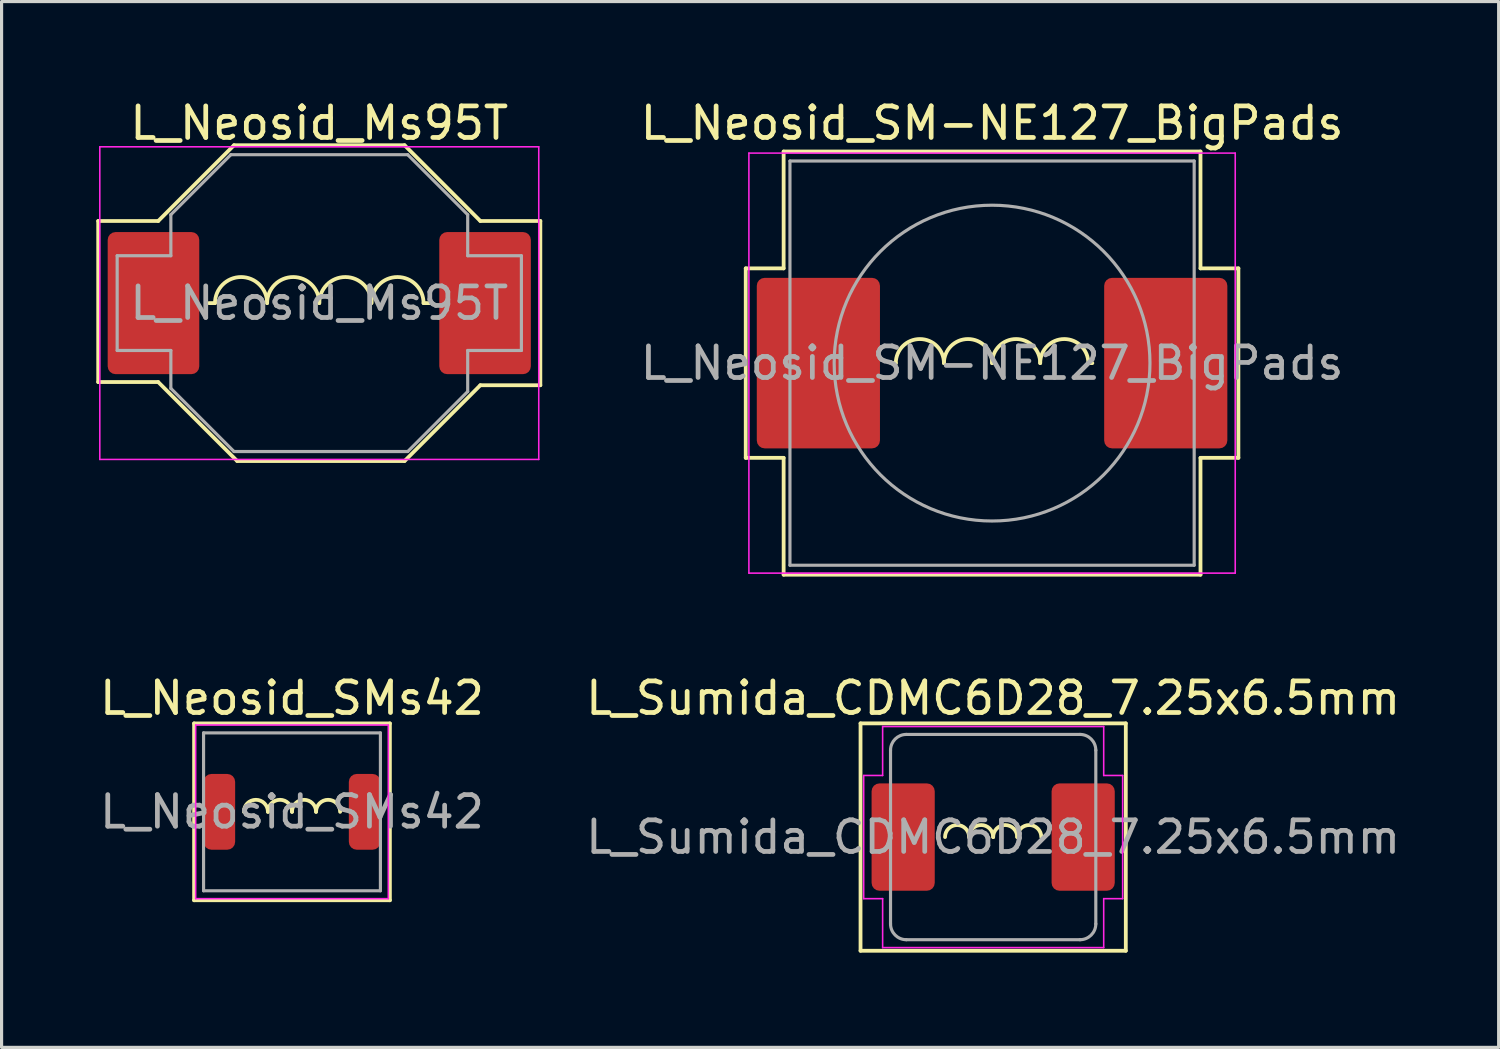
<source format=kicad_pcb>
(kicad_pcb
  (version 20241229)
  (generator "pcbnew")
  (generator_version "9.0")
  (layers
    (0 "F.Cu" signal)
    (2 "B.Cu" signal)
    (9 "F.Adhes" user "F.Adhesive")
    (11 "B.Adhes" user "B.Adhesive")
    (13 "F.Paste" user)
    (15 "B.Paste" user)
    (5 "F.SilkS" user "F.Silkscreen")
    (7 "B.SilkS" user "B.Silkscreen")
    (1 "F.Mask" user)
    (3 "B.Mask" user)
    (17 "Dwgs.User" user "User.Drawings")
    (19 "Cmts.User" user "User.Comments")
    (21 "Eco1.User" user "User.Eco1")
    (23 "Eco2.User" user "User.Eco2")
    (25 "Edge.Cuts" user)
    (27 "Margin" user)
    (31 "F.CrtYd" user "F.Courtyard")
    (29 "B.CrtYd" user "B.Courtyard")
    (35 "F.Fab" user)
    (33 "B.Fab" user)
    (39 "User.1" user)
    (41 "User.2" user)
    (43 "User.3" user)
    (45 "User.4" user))
  (footprint "L_Neosid_Ms95T"
    (layer "F.Cu")
    (at 7.06 6.548)
    (property "Reference" "L_Neosid_Ms95T" (at 0 -5.7 0) (layer "F.SilkS") (effects (font (size 1 1) (thickness 0.15))))
    (attr smd)
    (fp_line (start -7 -2.6) (end -7 2.5) (stroke (width 0.12) (type solid)) (layer "F.SilkS"))
    (fp_line (start -7 2.5) (end -5.1 2.5) (stroke (width 0.12) (type solid)) (layer "F.SilkS"))
    (fp_line (start -5.1 -2.6) (end -7 -2.6) (stroke (width 0.12) (type solid)) (layer "F.SilkS"))
    (fp_line (start -5.1 -2.6) (end -2.7 -5) (stroke (width 0.12) (type solid)) (layer "F.SilkS"))
    (fp_line (start -3.493 0) (end -3.302 0) (stroke (width 0.12) (type solid)) (layer "F.SilkS"))
    (fp_line (start -2.7 -5) (end 2.7 -5) (stroke (width 0.12) (type solid)) (layer "F.SilkS"))
    (fp_line (start -2.6 5) (end -5.1 2.5) (stroke (width 0.12) (type solid)) (layer "F.SilkS"))
    (fp_line (start -2.6 5) (end 2.7 5) (stroke (width 0.12) (type solid)) (layer "F.SilkS"))
    (fp_line (start 2.7 -5) (end 5.1 -2.6) (stroke (width 0.12) (type solid)) (layer "F.SilkS"))
    (fp_line (start 2.7 5) (end 5.1 2.6) (stroke (width 0.12) (type solid)) (layer "F.SilkS"))
    (fp_line (start 3.302 0) (end 3.493 0) (stroke (width 0.12) (type solid)) (layer "F.SilkS"))
    (fp_line (start 5.1 -2.6) (end 7 -2.6) (stroke (width 0.12) (type solid)) (layer "F.SilkS"))
    (fp_line (start 7 -2.6) (end 7 2.6) (stroke (width 0.12) (type solid)) (layer "F.SilkS"))
    (fp_line (start 7 2.6) (end 5.1 2.6) (stroke (width 0.12) (type solid)) (layer "F.SilkS"))
    (fp_arc (start -3.302 0) (mid -2.4765 -0.8255) (end -1.651 0) (stroke (width 0.12) (type solid)) (layer "F.SilkS"))
    (fp_arc (start -1.651 0) (mid -0.8255 -0.8255) (end 0 0) (stroke (width 0.12) (type solid)) (layer "F.SilkS"))
    (fp_arc (start 0 0) (mid 0.8255 -0.8255) (end 1.651 0) (stroke (width 0.12) (type solid)) (layer "F.SilkS"))
    (fp_arc (start 1.651 0) (mid 2.4765 -0.8255) (end 3.302 0) (stroke (width 0.12) (type solid)) (layer "F.SilkS"))
    (fp_line (start -6.95 -4.95) (end -6.95 4.95) (stroke (width 0.05) (type solid)) (layer "F.CrtYd"))
    (fp_line (start -6.95 -4.95) (end 6.95 -4.95) (stroke (width 0.05) (type solid)) (layer "F.CrtYd"))
    (fp_line (start 6.95 4.95) (end -6.95 4.95) (stroke (width 0.05) (type solid)) (layer "F.CrtYd"))
    (fp_line (start 6.95 4.95) (end 6.95 -4.95) (stroke (width 0.05) (type solid)) (layer "F.CrtYd"))
    (fp_line (start -6.4 -1.5) (end -6.4 1.5) (stroke (width 0.1) (type solid)) (layer "F.Fab"))
    (fp_line (start -6.4 -1.5) (end -4.7 -1.5) (stroke (width 0.1) (type solid)) (layer "F.Fab"))
    (fp_line (start -6.4 1.5) (end -4.7 1.5) (stroke (width 0.1) (type solid)) (layer "F.Fab"))
    (fp_line (start -4.7 -1.5) (end -4.7 -2.8) (stroke (width 0.1) (type solid)) (layer "F.Fab"))
    (fp_line (start -4.7 1.5) (end -4.7 2.7) (stroke (width 0.1) (type solid)) (layer "F.Fab"))
    (fp_line (start -4.7 2.7) (end -2.7 4.7) (stroke (width 0.1) (type solid)) (layer "F.Fab"))
    (fp_line (start -2.8 -4.7) (end -4.7 -2.8) (stroke (width 0.1) (type solid)) (layer "F.Fab"))
    (fp_line (start 2.8 -4.7) (end -2.8 -4.7) (stroke (width 0.1) (type solid)) (layer "F.Fab"))
    (fp_line (start 2.8 4.7) (end -2.7 4.7) (stroke (width 0.1) (type solid)) (layer "F.Fab"))
    (fp_line (start 4.7 -2.8) (end 2.8 -4.7) (stroke (width 0.1) (type solid)) (layer "F.Fab"))
    (fp_line (start 4.7 -1.5) (end 4.7 -2.8) (stroke (width 0.1) (type solid)) (layer "F.Fab"))
    (fp_line (start 4.7 1.5) (end 6.4 1.5) (stroke (width 0.1) (type solid)) (layer "F.Fab"))
    (fp_line (start 4.7 2.8) (end 2.8 4.7) (stroke (width 0.1) (type solid)) (layer "F.Fab"))
    (fp_line (start 4.7 2.8) (end 4.7 1.5) (stroke (width 0.1) (type solid)) (layer "F.Fab"))
    (fp_line (start 6.4 -1.5) (end 4.7 -1.5) (stroke (width 0.1) (type solid)) (layer "F.Fab"))
    (fp_line (start 6.4 1.5) (end 6.4 -1.5) (stroke (width 0.1) (type solid)) (layer "F.Fab"))
    (fp_text user "${REFERENCE}" (at 0 0 0) (layer "F.Fab") (effects (font (size 1 1) (thickness 0.15))))
    (pad "1" smd roundrect (at -5.25 0) (size 2.9 4.5) (layers "F.Cu" "F.Mask" "F.Paste") (roundrect_rratio 0.086))
    (pad "2" smd roundrect (at 5.25 0) (size 2.9 4.5) (layers "F.Cu" "F.Mask" "F.Paste") (roundrect_rratio 0.086)))
  (footprint "L_Sumida_CDMC6D28_7.25x6.5mm"
    (layer "F.Cu")
    (at 28.399 23.456)
    (property "Reference" "L_Sumida_CDMC6D28_7.25x6.5mm" (at 0 -4.4 0) (layer "F.SilkS") (effects (font (size 1 1) (thickness 0.15))))
    (attr smd)
    (fp_line (start -4.2 -3.6) (end -4.2 3.6) (stroke (width 0.12) (type solid)) (layer "F.SilkS"))
    (fp_line (start -4.2 3.6) (end 4.2 3.6) (stroke (width 0.12) (type solid)) (layer "F.SilkS"))
    (fp_line (start 4.2 -3.6) (end -4.2 -3.6) (stroke (width 0.12) (type solid)) (layer "F.SilkS"))
    (fp_line (start 4.2 3.6) (end 4.2 -3.6) (stroke (width 0.12) (type solid)) (layer "F.SilkS"))
    (fp_arc (start -1.524 0) (mid -1.143 -0.381) (end -0.762 0) (stroke (width 0.12) (type solid)) (layer "F.SilkS"))
    (fp_arc (start -0.762 0) (mid -0.381 -0.381) (end 0 0) (stroke (width 0.12) (type solid)) (layer "F.SilkS"))
    (fp_arc (start 0 0) (mid 0.381 -0.381) (end 0.762 0) (stroke (width 0.12) (type solid)) (layer "F.SilkS"))
    (fp_arc (start 0.762 0) (mid 1.143 -0.381) (end 1.524 0) (stroke (width 0.12) (type solid)) (layer "F.SilkS"))
    (fp_line (start -4.1 -1.95) (end -3.5 -1.95) (stroke (width 0.05) (type solid)) (layer "F.CrtYd"))
    (fp_line (start -4.1 1.95) (end -4.1 -1.95) (stroke (width 0.05) (type solid)) (layer "F.CrtYd"))
    (fp_line (start -3.5 -3.5) (end 3.5 -3.5) (stroke (width 0.05) (type solid)) (layer "F.CrtYd"))
    (fp_line (start -3.5 -1.95) (end -3.5 -3.5) (stroke (width 0.05) (type solid)) (layer "F.CrtYd"))
    (fp_line (start -3.5 1.95) (end -4.1 1.95) (stroke (width 0.05) (type solid)) (layer "F.CrtYd"))
    (fp_line (start -3.5 3.5) (end -3.5 1.95) (stroke (width 0.05) (type solid)) (layer "F.CrtYd"))
    (fp_line (start 3.5 -3.5) (end 3.5 -1.95) (stroke (width 0.05) (type solid)) (layer "F.CrtYd"))
    (fp_line (start 3.5 -1.95) (end 4.1 -1.95) (stroke (width 0.05) (type solid)) (layer "F.CrtYd"))
    (fp_line (start 3.5 1.95) (end 3.5 3.5) (stroke (width 0.05) (type solid)) (layer "F.CrtYd"))
    (fp_line (start 3.5 3.5) (end -3.5 3.5) (stroke (width 0.05) (type solid)) (layer "F.CrtYd"))
    (fp_line (start 4.1 -1.95) (end 4.1 1.95) (stroke (width 0.05) (type solid)) (layer "F.CrtYd"))
    (fp_line (start 4.1 1.95) (end 3.5 1.95) (stroke (width 0.05) (type solid)) (layer "F.CrtYd"))
    (fp_line (start -3.25 2.75) (end -3.25 -2.75) (stroke (width 0.1) (type solid)) (layer "F.Fab"))
    (fp_line (start -2.75 -3.25) (end 2.75 -3.25) (stroke (width 0.1) (type solid)) (layer "F.Fab"))
    (fp_line (start 2.75 3.25) (end -2.75 3.25) (stroke (width 0.1) (type solid)) (layer "F.Fab"))
    (fp_line (start 3.25 -2.75) (end 3.25 2.75) (stroke (width 0.1) (type solid)) (layer "F.Fab"))
    (fp_arc (start -3.25 -2.75) (mid -3.103553 -3.103553) (end -2.75 -3.25) (stroke (width 0.1) (type solid)) (layer "F.Fab"))
    (fp_arc (start -2.75 3.25) (mid -3.103553 3.103553) (end -3.25 2.75) (stroke (width 0.1) (type solid)) (layer "F.Fab"))
    (fp_arc (start 2.75 -3.25) (mid 3.103553 -3.103553) (end 3.25 -2.75) (stroke (width 0.1) (type solid)) (layer "F.Fab"))
    (fp_arc (start 3.25 2.75) (mid 3.103553 3.103553) (end 2.75 3.25) (stroke (width 0.1) (type solid)) (layer "F.Fab"))
    (fp_text user "${REFERENCE}" (at 0 0 0) (layer "F.Fab") (effects (font (size 1 1) (thickness 0.15))))
    (pad "1" smd roundrect (at -2.85 0) (size 2 3.4) (layers "F.Cu" "F.Mask" "F.Paste") (roundrect_rratio 0.125))
    (pad "2" smd roundrect (at 2.85 0) (size 2 3.4) (layers "F.Cu" "F.Mask" "F.Paste") (roundrect_rratio 0.125)))
  (footprint "L_Neosid_SM-NE127_BigPads"
    (layer "F.Cu")
    (at 28.364 8.448)
    (property "Reference" "L_Neosid_SM-NE127_BigPads" (at 0 -7.6 0) (layer "F.SilkS") (effects (font (size 1 1) (thickness 0.15))))
    (attr smd)
    (fp_line (start -7.8 -3) (end -7.8 3) (stroke (width 0.12) (type solid)) (layer "F.SilkS"))
    (fp_line (start -7.8 3) (end -6.6 3) (stroke (width 0.12) (type solid)) (layer "F.SilkS"))
    (fp_line (start -6.6 -6.7) (end 6.6 -6.7) (stroke (width 0.12) (type solid)) (layer "F.SilkS"))
    (fp_line (start -6.6 -3) (end -7.8 -3) (stroke (width 0.12) (type solid)) (layer "F.SilkS"))
    (fp_line (start -6.6 -3) (end -6.6 -6.7) (stroke (width 0.12) (type solid)) (layer "F.SilkS"))
    (fp_line (start -6.6 6.7) (end -6.6 3) (stroke (width 0.12) (type solid)) (layer "F.SilkS"))
    (fp_line (start -3.175 0) (end -3.048 0) (stroke (width 0.12) (type solid)) (layer "F.SilkS"))
    (fp_line (start 3.048 0) (end 3.175 0) (stroke (width 0.12) (type solid)) (layer "F.SilkS"))
    (fp_line (start 6.6 -6.7) (end 6.6 -3) (stroke (width 0.12) (type solid)) (layer "F.SilkS"))
    (fp_line (start 6.6 -3) (end 7.8 -3) (stroke (width 0.12) (type solid)) (layer "F.SilkS"))
    (fp_line (start 6.6 3) (end 6.6 6.7) (stroke (width 0.12) (type solid)) (layer "F.SilkS"))
    (fp_line (start 6.6 6.7) (end -6.6 6.7) (stroke (width 0.12) (type solid)) (layer "F.SilkS"))
    (fp_line (start 7.8 -3) (end 7.8 3) (stroke (width 0.12) (type solid)) (layer "F.SilkS"))
    (fp_line (start 7.8 3) (end 6.6 3) (stroke (width 0.12) (type solid)) (layer "F.SilkS"))
    (fp_arc (start -3.048 0) (mid -2.286 -0.762) (end -1.524 0) (stroke (width 0.12) (type solid)) (layer "F.SilkS"))
    (fp_arc (start -1.524 0) (mid -0.762 -0.762) (end 0 0) (stroke (width 0.12) (type solid)) (layer "F.SilkS"))
    (fp_arc (start 0 0) (mid 0.762 -0.762) (end 1.524 0) (stroke (width 0.12) (type solid)) (layer "F.SilkS"))
    (fp_arc (start 1.524 0) (mid 2.286 -0.762) (end 3.048 0) (stroke (width 0.12) (type solid)) (layer "F.SilkS"))
    (fp_line (start -7.7 -6.65) (end -7.7 6.65) (stroke (width 0.05) (type solid)) (layer "F.CrtYd"))
    (fp_line (start -7.7 -6.65) (end 7.7 -6.65) (stroke (width 0.05) (type solid)) (layer "F.CrtYd"))
    (fp_line (start 7.7 6.65) (end -7.7 6.65) (stroke (width 0.05) (type solid)) (layer "F.CrtYd"))
    (fp_line (start 7.7 6.65) (end 7.7 -6.65) (stroke (width 0.05) (type solid)) (layer "F.CrtYd"))
    (fp_line (start -6.4 -6.4) (end 6.4 -6.4) (stroke (width 0.1) (type solid)) (layer "F.Fab"))
    (fp_line (start -6.4 6.4) (end -6.4 -6.4) (stroke (width 0.1) (type solid)) (layer "F.Fab"))
    (fp_line (start 6.4 -6.4) (end 6.4 6.4) (stroke (width 0.1) (type solid)) (layer "F.Fab"))
    (fp_line (start 6.4 6.4) (end -6.4 6.4) (stroke (width 0.1) (type solid)) (layer "F.Fab"))
    (fp_circle (center 0 0) (end 5 0) (stroke (width 0.1) (type solid)) (fill no) (layer "F.Fab"))
    (fp_text user "${REFERENCE}" (at 0 0 0) (layer "F.Fab") (effects (font (size 1 1) (thickness 0.15))))
    (pad "1" smd roundrect (at -5.5 0) (size 3.9 5.4) (layers "F.Cu" "F.Mask" "F.Paste") (roundrect_rratio 0.064))
    (pad "2" smd roundrect (at 5.5 0) (size 3.9 5.4) (layers "F.Cu" "F.Mask" "F.Paste") (roundrect_rratio 0.064)))
  (footprint "L_Neosid_SMs42"
    (layer "F.Cu")
    (at 6.196 22.657)
    (property "Reference" "L_Neosid_SMs42" (at 0 -3.6 0) (layer "F.SilkS") (effects (font (size 1 1) (thickness 0.15))))
    (attr smd)
    (fp_line (start -3.1 -2.8) (end -3.1 2.8) (stroke (width 0.12) (type solid)) (layer "F.SilkS"))
    (fp_line (start -3.1 2.8) (end 3.1 2.8) (stroke (width 0.12) (type solid)) (layer "F.SilkS"))
    (fp_line (start 3.1 -2.8) (end -3.1 -2.8) (stroke (width 0.12) (type solid)) (layer "F.SilkS"))
    (fp_line (start 3.1 2.8) (end 3.1 -2.8) (stroke (width 0.12) (type solid)) (layer "F.SilkS"))
    (fp_arc (start -1.524 0) (mid -1.143 -0.381) (end -0.762 0) (stroke (width 0.12) (type solid)) (layer "F.SilkS"))
    (fp_arc (start -0.762 0) (mid -0.381 -0.381) (end 0 0) (stroke (width 0.12) (type solid)) (layer "F.SilkS"))
    (fp_arc (start 0 0) (mid 0.381 -0.381) (end 0.762 0) (stroke (width 0.12) (type solid)) (layer "F.SilkS"))
    (fp_arc (start 0.762 0) (mid 1.143 -0.381) (end 1.524 0) (stroke (width 0.12) (type solid)) (layer "F.SilkS"))
    (fp_line (start -3.05 -2.75) (end -3.05 2.75) (stroke (width 0.05) (type solid)) (layer "F.CrtYd"))
    (fp_line (start -3.05 -2.75) (end 3.05 -2.75) (stroke (width 0.05) (type solid)) (layer "F.CrtYd"))
    (fp_line (start 3.05 2.75) (end -3.05 2.75) (stroke (width 0.05) (type solid)) (layer "F.CrtYd"))
    (fp_line (start 3.05 2.75) (end 3.05 -2.75) (stroke (width 0.05) (type solid)) (layer "F.CrtYd"))
    (fp_line (start -2.8 -2.5) (end 2.8 -2.5) (stroke (width 0.1) (type solid)) (layer "F.Fab"))
    (fp_line (start -2.8 2.5) (end -2.8 -2.5) (stroke (width 0.1) (type solid)) (layer "F.Fab"))
    (fp_line (start 2.8 -2.5) (end 2.8 2.5) (stroke (width 0.1) (type solid)) (layer "F.Fab"))
    (fp_line (start 2.8 2.5) (end -2.8 2.5) (stroke (width 0.1) (type solid)) (layer "F.Fab"))
    (fp_text user "${REFERENCE}" (at 0 0 0) (layer "F.Fab") (effects (font (size 1 1) (thickness 0.15))))
    (pad "1" smd roundrect (at -2.3 0) (size 1 2.4) (layers "F.Cu" "F.Mask" "F.Paste") (roundrect_rratio 0.25))
    (pad "2" smd roundrect (at 2.3 0) (size 1 2.4) (layers "F.Cu" "F.Mask" "F.Paste") (roundrect_rratio 0.25)))
  (gr_rect
    (start -3 -3)
    (end 44.405 30.116)
    (stroke (width 0.1) (type default))
    (fill no)
    (layer "Edge.Cuts")))
</source>
